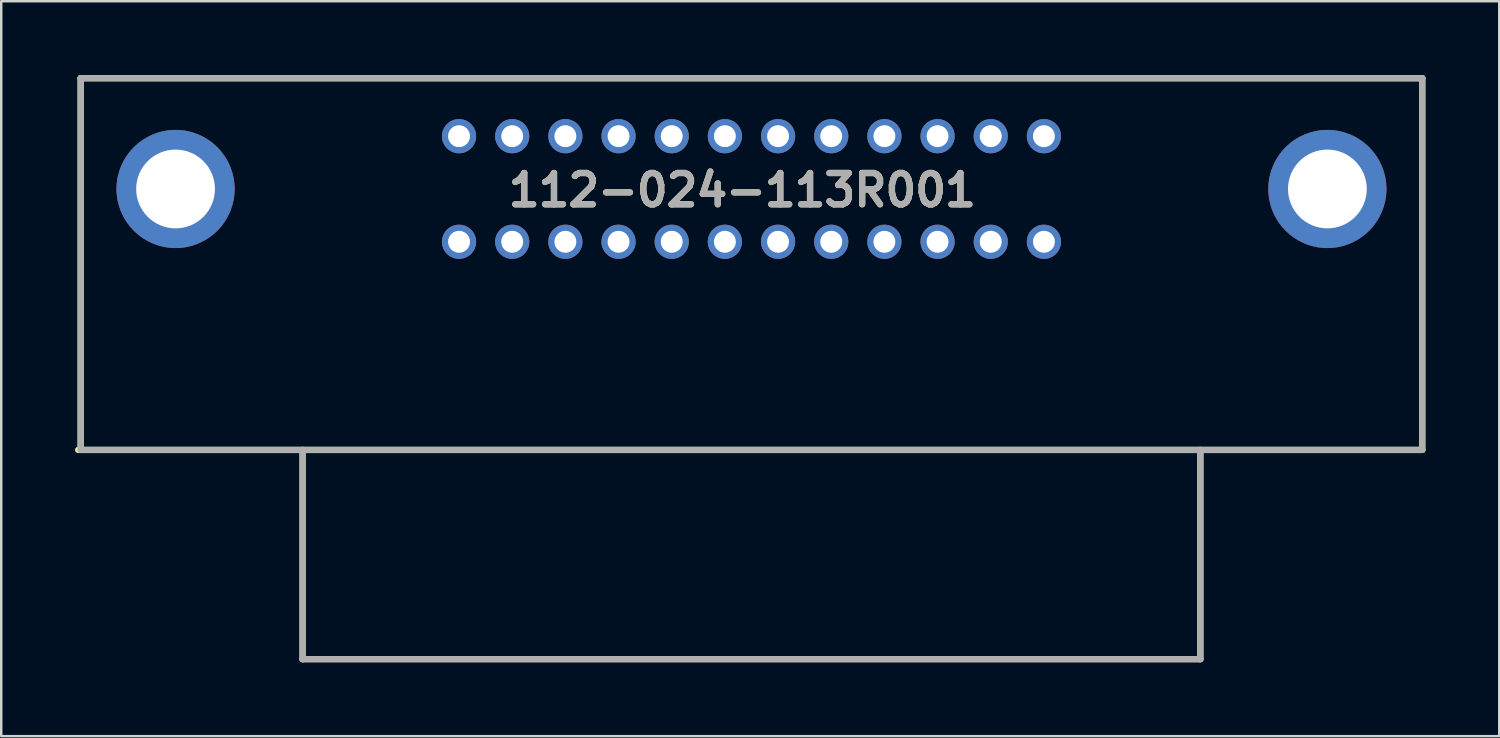
<source format=kicad_pcb>
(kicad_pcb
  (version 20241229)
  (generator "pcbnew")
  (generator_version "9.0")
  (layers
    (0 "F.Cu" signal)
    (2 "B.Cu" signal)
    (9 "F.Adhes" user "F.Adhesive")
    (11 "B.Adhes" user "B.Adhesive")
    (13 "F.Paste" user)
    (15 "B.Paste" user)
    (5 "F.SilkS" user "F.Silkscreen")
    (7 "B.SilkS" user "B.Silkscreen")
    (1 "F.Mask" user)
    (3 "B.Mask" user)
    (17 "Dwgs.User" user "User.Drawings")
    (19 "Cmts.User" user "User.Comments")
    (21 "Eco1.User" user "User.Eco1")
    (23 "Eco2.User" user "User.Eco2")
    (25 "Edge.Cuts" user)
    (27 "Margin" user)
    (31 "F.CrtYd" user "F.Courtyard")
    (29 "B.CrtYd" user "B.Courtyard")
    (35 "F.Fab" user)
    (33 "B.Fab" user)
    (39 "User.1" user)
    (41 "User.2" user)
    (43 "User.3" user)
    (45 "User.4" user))
  (footprint "112-024-113R001"
    (layer "F.Cu")
    (at 27.477 15.227)
    (property "Reference" "112-024-113R001" (at -0.372 -10.553 0) (layer "F.SilkS") (effects (font (size 1.27 1.27) (thickness 0.254))))
    (attr through_hole)
    (fp_line (start -27.25 -15.1) (end 27.25 -15.1) (stroke (width 0.254) (type solid)) (layer "F.SilkS"))
    (fp_line (start -27.25 0) (end -27.25 -15.1) (stroke (width 0.254) (type solid)) (layer "F.SilkS"))
    (fp_line (start -18.235 0) (end -18.235 8.5) (stroke (width 0.254) (type solid)) (layer "F.SilkS"))
    (fp_line (start -18.235 8.5) (end 18.235 8.5) (stroke (width 0.254) (type solid)) (layer "F.SilkS"))
    (fp_line (start 18.235 8.5) (end 18.235 0) (stroke (width 0.254) (type solid)) (layer "F.SilkS"))
    (fp_line (start 27.25 -15.1) (end 27.25 0) (stroke (width 0.254) (type solid)) (layer "F.SilkS"))
    (fp_line (start 27.25 0) (end -27.35 0) (stroke (width 0.254) (type solid)) (layer "F.SilkS"))
    (fp_line (start -27.25 -15.1) (end 27.25 -15.1) (stroke (width 0.254) (type solid)) (layer "F.Fab"))
    (fp_line (start -27.25 0) (end -27.25 -15.1) (stroke (width 0.254) (type solid)) (layer "F.Fab"))
    (fp_line (start -18.235 0) (end -18.235 8.5) (stroke (width 0.254) (type solid)) (layer "F.Fab"))
    (fp_line (start -18.235 8.5) (end 18.235 8.5) (stroke (width 0.254) (type solid)) (layer "F.Fab"))
    (fp_line (start 18.235 8.5) (end 18.235 0) (stroke (width 0.254) (type solid)) (layer "F.Fab"))
    (fp_line (start 27.25 -15.1) (end 27.25 0) (stroke (width 0.254) (type solid)) (layer "F.Fab"))
    (fp_line (start 27.25 0) (end -27.25 0) (stroke (width 0.254) (type solid)) (layer "F.Fab"))
    (fp_text user "${REFERENCE}" (at -0.372 -10.553 0) (layer "F.Fab") (effects (font (size 1.27 1.27) (thickness 0.254))))
    (pad "1" thru_hole circle (at 11.88 -12.745) (size 1.39 1.39) (drill 0.89) (layers "*.Cu" "*.Mask"))
    (pad "2" thru_hole circle (at 11.88 -8.455) (size 1.39 1.39) (drill 0.89) (layers "*.Cu" "*.Mask"))
    (pad "3" thru_hole circle (at 9.72 -12.745) (size 1.39 1.39) (drill 0.89) (layers "*.Cu" "*.Mask"))
    (pad "4" thru_hole circle (at 9.72 -8.455) (size 1.39 1.39) (drill 0.89) (layers "*.Cu" "*.Mask"))
    (pad "5" thru_hole circle (at 7.56 -12.745) (size 1.39 1.39) (drill 0.89) (layers "*.Cu" "*.Mask"))
    (pad "6" thru_hole circle (at 7.56 -8.455) (size 1.39 1.39) (drill 0.89) (layers "*.Cu" "*.Mask"))
    (pad "7" thru_hole circle (at 5.4 -12.745) (size 1.39 1.39) (drill 0.89) (layers "*.Cu" "*.Mask"))
    (pad "8" thru_hole circle (at 5.4 -8.455) (size 1.39 1.39) (drill 0.89) (layers "*.Cu" "*.Mask"))
    (pad "9" thru_hole circle (at 3.24 -12.745) (size 1.39 1.39) (drill 0.89) (layers "*.Cu" "*.Mask"))
    (pad "10" thru_hole circle (at 3.24 -8.455) (size 1.39 1.39) (drill 0.89) (layers "*.Cu" "*.Mask"))
    (pad "11" thru_hole circle (at 1.08 -12.745) (size 1.39 1.39) (drill 0.89) (layers "*.Cu" "*.Mask"))
    (pad "12" thru_hole circle (at 1.08 -8.455) (size 1.39 1.39) (drill 0.89) (layers "*.Cu" "*.Mask"))
    (pad "13" thru_hole circle (at -1.08 -12.745) (size 1.39 1.39) (drill 0.89) (layers "*.Cu" "*.Mask"))
    (pad "14" thru_hole circle (at -1.08 -8.455) (size 1.39 1.39) (drill 0.89) (layers "*.Cu" "*.Mask"))
    (pad "15" thru_hole circle (at -3.24 -12.745) (size 1.39 1.39) (drill 0.89) (layers "*.Cu" "*.Mask"))
    (pad "16" thru_hole circle (at -3.24 -8.455) (size 1.39 1.39) (drill 0.89) (layers "*.Cu" "*.Mask"))
    (pad "17" thru_hole circle (at -5.4 -12.745) (size 1.39 1.39) (drill 0.89) (layers "*.Cu" "*.Mask"))
    (pad "18" thru_hole circle (at -5.4 -8.455) (size 1.39 1.39) (drill 0.89) (layers "*.Cu" "*.Mask"))
    (pad "19" thru_hole circle (at -7.56 -12.745) (size 1.39 1.39) (drill 0.89) (layers "*.Cu" "*.Mask"))
    (pad "20" thru_hole circle (at -7.56 -8.455) (size 1.39 1.39) (drill 0.89) (layers "*.Cu" "*.Mask"))
    (pad "21" thru_hole circle (at -9.72 -12.745) (size 1.39 1.39) (drill 0.89) (layers "*.Cu" "*.Mask"))
    (pad "22" thru_hole circle (at -9.72 -8.455) (size 1.39 1.39) (drill 0.89) (layers "*.Cu" "*.Mask"))
    (pad "23" thru_hole circle (at -11.88 -12.745) (size 1.39 1.39) (drill 0.89) (layers "*.Cu" "*.Mask"))
    (pad "24" thru_hole circle (at -11.88 -8.455) (size 1.39 1.39) (drill 0.89) (layers "*.Cu" "*.Mask"))
    (pad "25" thru_hole circle (at -23.395 -10.6) (size 4.8 4.8) (drill 3.2) (layers "*.Cu" "*.Mask"))
    (pad "26" thru_hole circle (at 23.395 -10.6) (size 4.8 4.8) (drill 3.2) (layers "*.Cu" "*.Mask")))
  (gr_rect
    (start -3 -3)
    (end 57.854 26.854)
    (stroke (width 0.1) (type default))
    (fill no)
    (layer "Edge.Cuts")))
</source>
